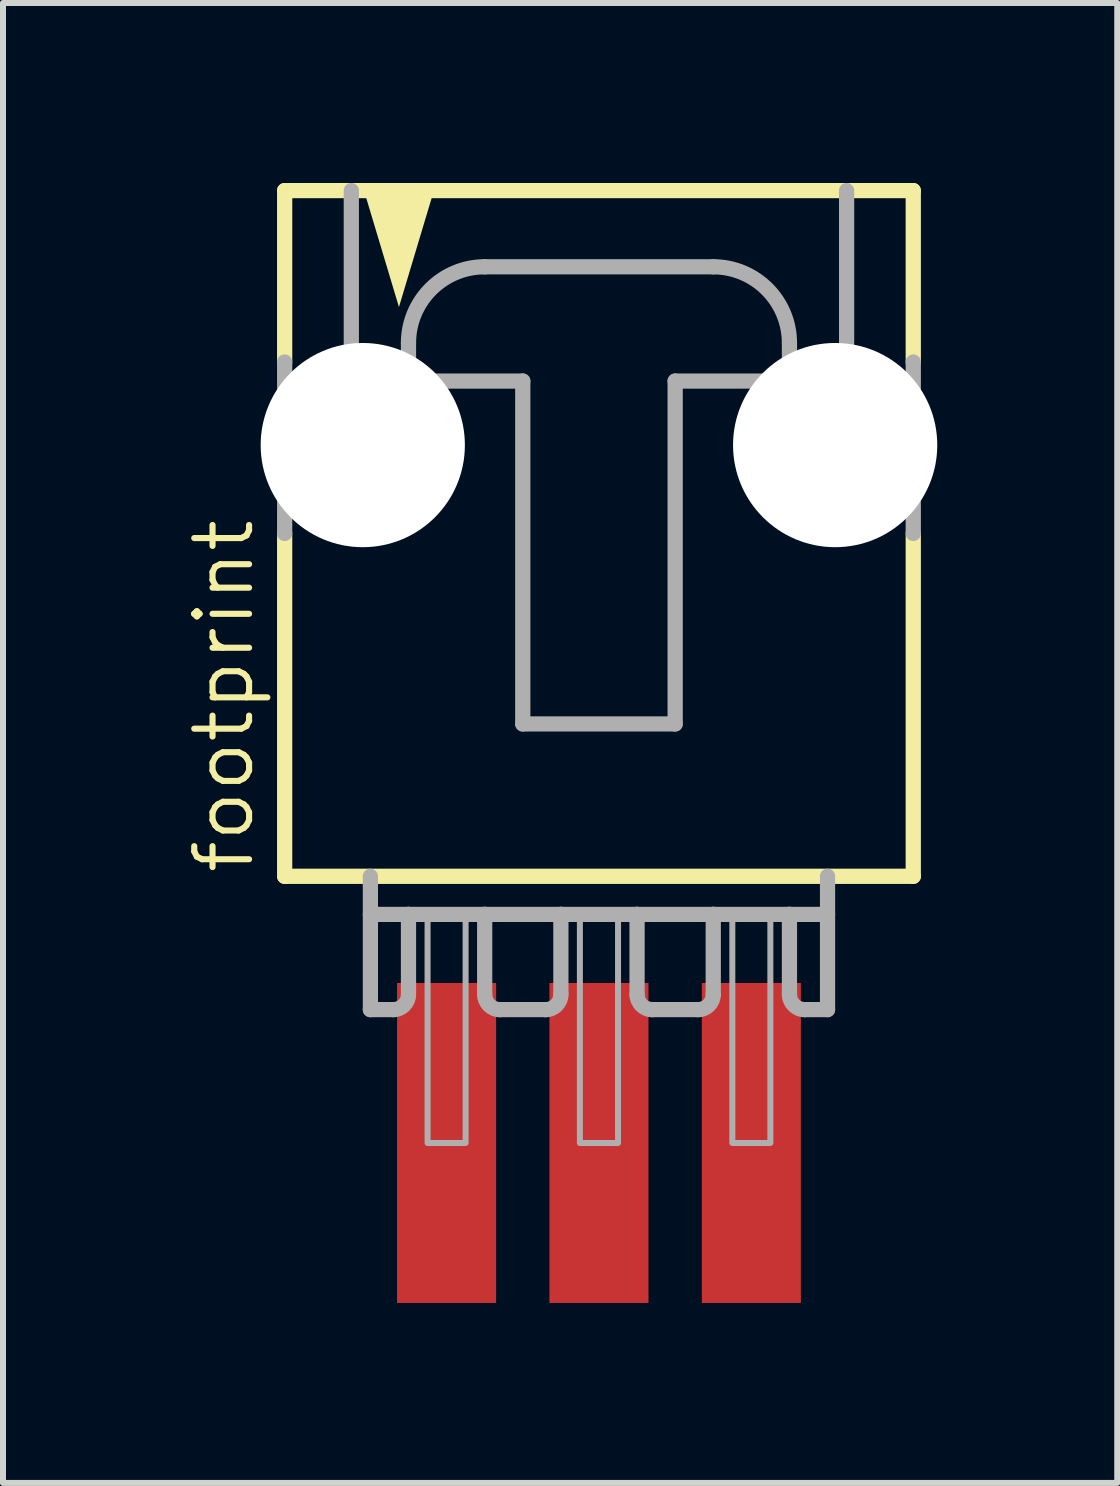
<source format=kicad_pcb>
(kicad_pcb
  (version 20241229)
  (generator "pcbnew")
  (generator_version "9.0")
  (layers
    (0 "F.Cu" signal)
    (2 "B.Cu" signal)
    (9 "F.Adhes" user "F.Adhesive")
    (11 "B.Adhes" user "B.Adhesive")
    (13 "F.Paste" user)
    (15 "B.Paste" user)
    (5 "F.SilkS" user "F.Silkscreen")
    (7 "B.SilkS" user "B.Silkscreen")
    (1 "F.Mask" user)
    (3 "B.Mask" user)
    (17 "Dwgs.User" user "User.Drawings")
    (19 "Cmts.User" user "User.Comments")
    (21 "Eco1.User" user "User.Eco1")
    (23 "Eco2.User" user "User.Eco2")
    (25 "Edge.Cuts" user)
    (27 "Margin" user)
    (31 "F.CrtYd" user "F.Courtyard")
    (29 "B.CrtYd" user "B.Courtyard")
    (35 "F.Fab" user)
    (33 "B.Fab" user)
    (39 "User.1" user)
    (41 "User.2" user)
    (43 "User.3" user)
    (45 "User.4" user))
  (footprint "footprint"
    (layer "F.Cu")
    (at 6.934 5.207)
    (property "Reference" "footprint" (at -5.715 6.35 90) (layer "F.SilkS") (effects (font (size 0.914 0.914) (thickness 0.102)) (justify left bottom)))
    (fp_line (start -5.239 0.635) (end -5.239 6.35) (stroke (width 0.254) (type solid)) (layer "F.SilkS"))
    (fp_line (start -5.239 6.35) (end 5.239 6.35) (stroke (width 0.254) (type solid)) (layer "F.SilkS"))
    (fp_line (start -5.239 -5.08) (end -5.239 -2.223) (stroke (width 0.254) (type solid)) (layer "F.SilkS"))
    (fp_line (start 5.239 -5.08) (end -5.239 -5.08) (stroke (width 0.254) (type solid)) (layer "F.SilkS"))
    (fp_line (start 5.239 -2.223) (end 5.239 -5.08) (stroke (width 0.254) (type solid)) (layer "F.SilkS"))
    (fp_line (start 5.239 6.35) (end 5.239 0.635) (stroke (width 0.254) (type solid)) (layer "F.SilkS"))
    (fp_poly (pts (xy -3.334 -3.139) (xy -3.947 -5.182) (xy -2.721 -5.182)) (stroke (width 0) (type solid)) (fill yes) (layer "F.SilkS"))
    (fp_line (start -5.239 -2.223) (end -5.239 0.635) (stroke (width 0.254) (type solid)) (layer "F.Fab"))
    (fp_line (start -4.128 -5.08) (end -4.128 -1.905) (stroke (width 0.254) (type solid)) (layer "F.Fab"))
    (fp_line (start -4.128 -1.905) (end -3.175 -1.905) (stroke (width 0.254) (type solid)) (layer "F.Fab"))
    (fp_line (start -3.81 6.35) (end -3.81 8.572) (stroke (width 0.254) (type solid)) (layer "F.Fab"))
    (fp_line (start -3.81 6.985) (end -3.175 6.985) (stroke (width 0.254) (type solid)) (layer "F.Fab"))
    (fp_line (start -3.429 8.572) (end -3.81 8.572) (stroke (width 0.254) (type solid)) (layer "F.Fab"))
    (fp_line (start -3.175 -1.905) (end -3.175 -2.54) (stroke (width 0.254) (type solid)) (layer "F.Fab"))
    (fp_line (start -3.175 -1.905) (end -1.27 -1.905) (stroke (width 0.254) (type solid)) (layer "F.Fab"))
    (fp_line (start -3.175 6.985) (end -3.175 8.319) (stroke (width 0.254) (type solid)) (layer "F.Fab"))
    (fp_line (start -3.175 6.985) (end -1.905 6.985) (stroke (width 0.254) (type solid)) (layer "F.Fab"))
    (fp_line (start -1.905 -3.81) (end 1.905 -3.81) (stroke (width 0.254) (type solid)) (layer "F.Fab"))
    (fp_line (start -1.905 6.985) (end -1.905 8.319) (stroke (width 0.254) (type solid)) (layer "F.Fab"))
    (fp_line (start -1.905 6.985) (end -0.635 6.985) (stroke (width 0.254) (type solid)) (layer "F.Fab"))
    (fp_line (start -1.27 -1.905) (end -1.27 3.81) (stroke (width 0.254) (type solid)) (layer "F.Fab"))
    (fp_line (start -1.27 3.81) (end 1.27 3.81) (stroke (width 0.254) (type solid)) (layer "F.Fab"))
    (fp_line (start -0.889 8.572) (end -1.651 8.572) (stroke (width 0.254) (type solid)) (layer "F.Fab"))
    (fp_line (start -0.635 6.985) (end -0.635 8.319) (stroke (width 0.254) (type solid)) (layer "F.Fab"))
    (fp_line (start -0.635 6.985) (end 0.635 6.985) (stroke (width 0.254) (type solid)) (layer "F.Fab"))
    (fp_line (start 0.635 6.985) (end 0.635 8.319) (stroke (width 0.254) (type solid)) (layer "F.Fab"))
    (fp_line (start 0.635 6.985) (end 1.905 6.985) (stroke (width 0.254) (type solid)) (layer "F.Fab"))
    (fp_line (start 1.27 -1.905) (end 3.175 -1.905) (stroke (width 0.254) (type solid)) (layer "F.Fab"))
    (fp_line (start 1.27 3.81) (end 1.27 -1.905) (stroke (width 0.254) (type solid)) (layer "F.Fab"))
    (fp_line (start 1.651 8.572) (end 0.889 8.572) (stroke (width 0.254) (type solid)) (layer "F.Fab"))
    (fp_line (start 1.905 6.985) (end 1.905 8.319) (stroke (width 0.254) (type solid)) (layer "F.Fab"))
    (fp_line (start 1.905 6.985) (end 3.175 6.985) (stroke (width 0.254) (type solid)) (layer "F.Fab"))
    (fp_line (start 3.175 -2.54) (end 3.175 -1.905) (stroke (width 0.254) (type solid)) (layer "F.Fab"))
    (fp_line (start 3.175 -1.905) (end 4.128 -1.905) (stroke (width 0.254) (type solid)) (layer "F.Fab"))
    (fp_line (start 3.175 6.985) (end 3.175 8.319) (stroke (width 0.254) (type solid)) (layer "F.Fab"))
    (fp_line (start 3.175 6.985) (end 3.81 6.985) (stroke (width 0.254) (type solid)) (layer "F.Fab"))
    (fp_line (start 3.429 8.572) (end 3.81 8.572) (stroke (width 0.254) (type solid)) (layer "F.Fab"))
    (fp_line (start 3.81 8.572) (end 3.81 6.35) (stroke (width 0.254) (type solid)) (layer "F.Fab"))
    (fp_line (start 4.128 -1.905) (end 4.128 -5.08) (stroke (width 0.254) (type solid)) (layer "F.Fab"))
    (fp_line (start 5.239 -2.223) (end 5.239 0.635) (stroke (width 0.254) (type solid)) (layer "F.Fab"))
    (fp_arc (start -3.175 -2.54) (mid -2.803026 -3.438026) (end -1.905 -3.81) (stroke (width 0.254) (type solid)) (layer "F.Fab"))
    (fp_arc (start -3.175 8.3185) (mid -3.249395 8.498105) (end -3.429 8.5725) (stroke (width 0.254) (type solid)) (layer "F.Fab"))
    (fp_arc (start -1.651 8.5725) (mid -1.830605 8.498105) (end -1.905 8.3185) (stroke (width 0.254) (type solid)) (layer "F.Fab"))
    (fp_arc (start -0.635 8.3185) (mid -0.709395 8.498105) (end -0.889 8.5725) (stroke (width 0.254) (type solid)) (layer "F.Fab"))
    (fp_arc (start 0.889 8.5725) (mid 0.709395 8.498105) (end 0.635 8.3185) (stroke (width 0.254) (type solid)) (layer "F.Fab"))
    (fp_arc (start 1.905 -3.81) (mid 2.803026 -3.438026) (end 3.175 -2.54) (stroke (width 0.254) (type solid)) (layer "F.Fab"))
    (fp_arc (start 1.905 8.3185) (mid 1.830605 8.498105) (end 1.651 8.5725) (stroke (width 0.254) (type solid)) (layer "F.Fab"))
    (fp_arc (start 3.429 8.5725) (mid 3.249395 8.498105) (end 3.175 8.3185) (stroke (width 0.254) (type solid)) (layer "F.Fab"))
    (fp_poly (pts (xy -2.857 10.795) (xy -2.223 10.795) (xy -2.223 6.985) (xy -2.857 6.985)) (stroke (width 0.1) (type solid)) (fill no) (layer "F.Fab"))
    (fp_poly (pts (xy -0.318 10.795) (xy 0.318 10.795) (xy 0.318 6.985) (xy -0.318 6.985)) (stroke (width 0.1) (type solid)) (fill no) (layer "F.Fab"))
    (fp_poly (pts (xy 2.223 10.795) (xy 2.857 10.795) (xy 2.857 6.985) (xy 2.223 6.985)) (stroke (width 0.1) (type solid)) (fill no) (layer "F.Fab"))
    (pad "" np_thru_hole circle (at -3.937 -0.838) (size 3.404 3.404) (drill 3.404) (layers "*.Cu" "*.Mask"))
    (pad "" np_thru_hole circle (at 3.937 -0.838) (size 3.404 3.404) (drill 3.404) (layers "*.Cu" "*.Mask"))
    (pad "1" smd rect (at -2.54 10.795 90) (size 5.334 1.651) (layers "F.Cu" "F.Mask" "F.Paste"))
    (pad "2" smd rect (at 0 10.795 90) (size 5.334 1.651) (layers "F.Cu" "F.Mask" "F.Paste"))
    (pad "3" smd rect (at 2.54 10.795 90) (size 5.334 1.651) (layers "F.Cu" "F.Mask" "F.Paste")))
  (gr_rect
    (start -3 -3)
    (end 15.573 21.669)
    (stroke (width 0.1) (type default))
    (fill no)
    (layer "Edge.Cuts")))
</source>
